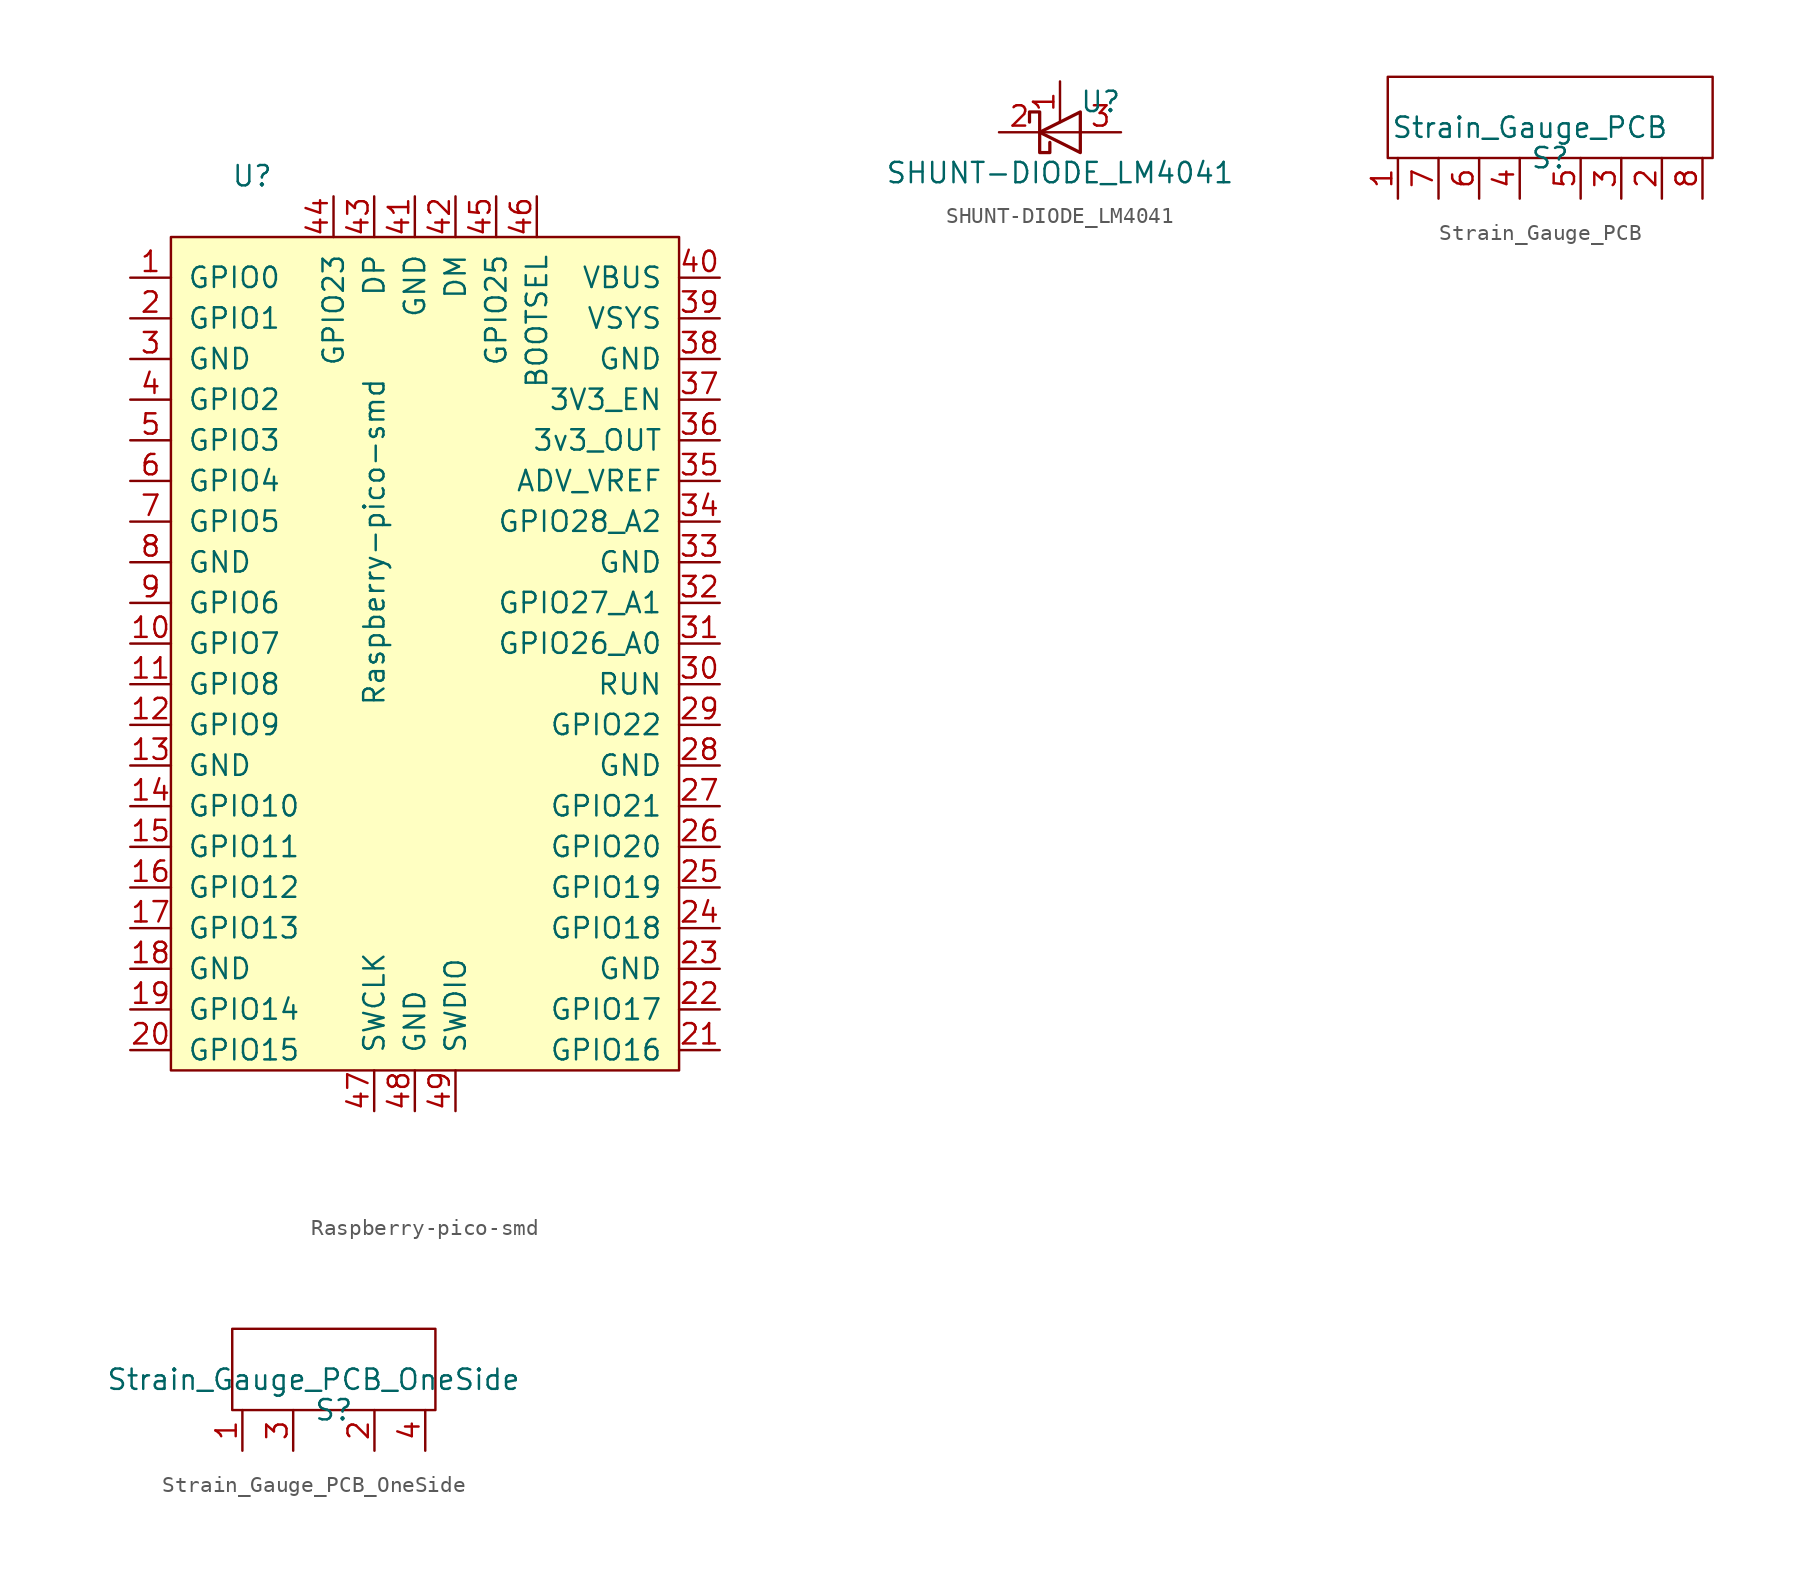
<source format=kicad_sym>
(kicad_symbol_lib
  (version 20231120)
  (generator "kicad_symbol_editor")
  (generator_version "8.0")
  (symbol "Raspberry-pico-smd"
    (pin_names
      (offset 1.016))
    (property "Reference" "U"
      (at -10.16 3.81 0)
      (effects (font (size 1.27 1.27))))
    (property "Value" "Raspberry-pico-smd"
      (at -2.54 -19.05 90)
      (effects (font (size 1.27 1.27))))
    (symbol "Raspberry-pico-smd_0_1"
      (rectangle (start -15.24 0) (end 16.51 -52.07) (stroke (width 0) (type default)) (fill (type background))))
    (symbol "Raspberry-pico-smd_1_1"
      (pin passive line (at -17.78 -2.54 0) (length 2.54) (name "GPIO0" (effects (font (size 1.27 1.27)))) (number "1" (effects (font (size 1.27 1.27)))))
      (pin passive line (at -17.78 -25.4 0) (length 2.54) (name "GPIO7" (effects (font (size 1.27 1.27)))) (number "10" (effects (font (size 1.27 1.27)))))
      (pin passive line (at -17.78 -27.94 0) (length 2.54) (name "GPIO8" (effects (font (size 1.27 1.27)))) (number "11" (effects (font (size 1.27 1.27)))))
      (pin passive line (at -17.78 -30.48 0) (length 2.54) (name "GPIO9" (effects (font (size 1.27 1.27)))) (number "12" (effects (font (size 1.27 1.27)))))
      (pin passive line (at -17.78 -33.02 0) (length 2.54) (name "GND" (effects (font (size 1.27 1.27)))) (number "13" (effects (font (size 1.27 1.27)))))
      (pin passive line (at -17.78 -35.56 0) (length 2.54) (name "GPIO10" (effects (font (size 1.27 1.27)))) (number "14" (effects (font (size 1.27 1.27)))))
      (pin passive line (at -17.78 -38.1 0) (length 2.54) (name "GPIO11" (effects (font (size 1.27 1.27)))) (number "15" (effects (font (size 1.27 1.27)))))
      (pin passive line (at -17.78 -40.64 0) (length 2.54) (name "GPIO12" (effects (font (size 1.27 1.27)))) (number "16" (effects (font (size 1.27 1.27)))))
      (pin passive line (at -17.78 -43.18 0) (length 2.54) (name "GPIO13" (effects (font (size 1.27 1.27)))) (number "17" (effects (font (size 1.27 1.27)))))
      (pin passive line (at -17.78 -45.72 0) (length 2.54) (name "GND" (effects (font (size 1.27 1.27)))) (number "18" (effects (font (size 1.27 1.27)))))
      (pin passive line (at -17.78 -48.26 0) (length 2.54) (name "GPIO14" (effects (font (size 1.27 1.27)))) (number "19" (effects (font (size 1.27 1.27)))))
      (pin passive line (at -17.78 -5.08 0) (length 2.54) (name "GPIO1" (effects (font (size 1.27 1.27)))) (number "2" (effects (font (size 1.27 1.27)))))
      (pin passive line (at -17.78 -50.8 0) (length 2.54) (name "GPIO15" (effects (font (size 1.27 1.27)))) (number "20" (effects (font (size 1.27 1.27)))))
      (pin passive line (at 19.05 -50.8 180) (length 2.54) (name "GPIO16" (effects (font (size 1.27 1.27)))) (number "21" (effects (font (size 1.27 1.27)))))
      (pin passive line (at 19.05 -48.26 180) (length 2.54) (name "GPIO17" (effects (font (size 1.27 1.27)))) (number "22" (effects (font (size 1.27 1.27)))))
      (pin passive line (at 19.05 -45.72 180) (length 2.54) (name "GND" (effects (font (size 1.27 1.27)))) (number "23" (effects (font (size 1.27 1.27)))))
      (pin passive line (at 19.05 -43.18 180) (length 2.54) (name "GPIO18" (effects (font (size 1.27 1.27)))) (number "24" (effects (font (size 1.27 1.27)))))
      (pin passive line (at 19.05 -40.64 180) (length 2.54) (name "GPIO19" (effects (font (size 1.27 1.27)))) (number "25" (effects (font (size 1.27 1.27)))))
      (pin passive line (at 19.05 -38.1 180) (length 2.54) (name "GPIO20" (effects (font (size 1.27 1.27)))) (number "26" (effects (font (size 1.27 1.27)))))
      (pin passive line (at 19.05 -35.56 180) (length 2.54) (name "GPIO21" (effects (font (size 1.27 1.27)))) (number "27" (effects (font (size 1.27 1.27)))))
      (pin passive line (at 19.05 -33.02 180) (length 2.54) (name "GND" (effects (font (size 1.27 1.27)))) (number "28" (effects (font (size 1.27 1.27)))))
      (pin passive line (at 19.05 -30.48 180) (length 2.54) (name "GPIO22" (effects (font (size 1.27 1.27)))) (number "29" (effects (font (size 1.27 1.27)))))
      (pin passive line (at -17.78 -7.62 0) (length 2.54) (name "GND" (effects (font (size 1.27 1.27)))) (number "3" (effects (font (size 1.27 1.27)))))
      (pin passive line (at 19.05 -27.94 180) (length 2.54) (name "RUN" (effects (font (size 1.27 1.27)))) (number "30" (effects (font (size 1.27 1.27)))))
      (pin passive line (at 19.05 -25.4 180) (length 2.54) (name "GPIO26_A0" (effects (font (size 1.27 1.27)))) (number "31" (effects (font (size 1.27 1.27)))))
      (pin passive line (at 19.05 -22.86 180) (length 2.54) (name "GPIO27_A1" (effects (font (size 1.27 1.27)))) (number "32" (effects (font (size 1.27 1.27)))))
      (pin passive line (at 19.05 -20.32 180) (length 2.54) (name "GND" (effects (font (size 1.27 1.27)))) (number "33" (effects (font (size 1.27 1.27)))))
      (pin passive line (at 19.05 -17.78 180) (length 2.54) (name "GPIO28_A2" (effects (font (size 1.27 1.27)))) (number "34" (effects (font (size 1.27 1.27)))))
      (pin passive line (at 19.05 -15.24 180) (length 2.54) (name "ADV_VREF" (effects (font (size 1.27 1.27)))) (number "35" (effects (font (size 1.27 1.27)))))
      (pin passive line (at 19.05 -12.7 180) (length 2.54) (name "3v3_OUT" (effects (font (size 1.27 1.27)))) (number "36" (effects (font (size 1.27 1.27)))))
      (pin passive line (at 19.05 -10.16 180) (length 2.54) (name "3V3_EN" (effects (font (size 1.27 1.27)))) (number "37" (effects (font (size 1.27 1.27)))))
      (pin passive line (at 19.05 -7.62 180) (length 2.54) (name "GND" (effects (font (size 1.27 1.27)))) (number "38" (effects (font (size 1.27 1.27)))))
      (pin passive line (at 19.05 -5.08 180) (length 2.54) (name "VSYS" (effects (font (size 1.27 1.27)))) (number "39" (effects (font (size 1.27 1.27)))))
      (pin passive line (at -17.78 -10.16 0) (length 2.54) (name "GPIO2" (effects (font (size 1.27 1.27)))) (number "4" (effects (font (size 1.27 1.27)))))
      (pin passive line (at 19.05 -2.54 180) (length 2.54) (name "VBUS" (effects (font (size 1.27 1.27)))) (number "40" (effects (font (size 1.27 1.27)))))
      (pin passive line (at 0 2.54 270) (length 2.54) (name "GND" (effects (font (size 1.27 1.27)))) (number "41" (effects (font (size 1.27 1.27)))))
      (pin passive line (at 2.54 2.54 270) (length 2.54) (name "DM" (effects (font (size 1.27 1.27)))) (number "42" (effects (font (size 1.27 1.27)))))
      (pin passive line (at -2.54 2.54 270) (length 2.54) (name "DP" (effects (font (size 1.27 1.27)))) (number "43" (effects (font (size 1.27 1.27)))))
      (pin passive line (at -5.08 2.54 270) (length 2.54) (name "GPIO23" (effects (font (size 1.27 1.27)))) (number "44" (effects (font (size 1.27 1.27)))))
      (pin passive line (at 5.08 2.54 270) (length 2.54) (name "GPIO25" (effects (font (size 1.27 1.27)))) (number "45" (effects (font (size 1.27 1.27)))))
      (pin passive line (at 7.62 2.54 270) (length 2.54) (name "BOOTSEL" (effects (font (size 1.27 1.27)))) (number "46" (effects (font (size 1.27 1.27)))))
      (pin passive line (at -2.54 -54.61 90) (length 2.54) (name "SWCLK" (effects (font (size 1.27 1.27)))) (number "47" (effects (font (size 1.27 1.27)))))
      (pin passive line (at 0 -54.61 90) (length 2.54) (name "GND" (effects (font (size 1.27 1.27)))) (number "48" (effects (font (size 1.27 1.27)))))
      (pin passive line (at 2.54 -54.61 90) (length 2.54) (name "SWDIO" (effects (font (size 1.27 1.27)))) (number "49" (effects (font (size 1.27 1.27)))))
      (pin passive line (at -17.78 -12.7 0) (length 2.54) (name "GPIO3" (effects (font (size 1.27 1.27)))) (number "5" (effects (font (size 1.27 1.27)))))
      (pin passive line (at -17.78 -15.24 0) (length 2.54) (name "GPIO4" (effects (font (size 1.27 1.27)))) (number "6" (effects (font (size 1.27 1.27)))))
      (pin passive line (at -17.78 -17.78 0) (length 2.54) (name "GPIO5" (effects (font (size 1.27 1.27)))) (number "7" (effects (font (size 1.27 1.27)))))
      (pin passive line (at -17.78 -20.32 0) (length 2.54) (name "GND" (effects (font (size 1.27 1.27)))) (number "8" (effects (font (size 1.27 1.27)))))
      (pin passive line (at -17.78 -22.86 0) (length 2.54) (name "GPIO6" (effects (font (size 1.27 1.27)))) (number "9" (effects (font (size 1.27 1.27)))))))
  (symbol "SHUNT-DIODE_LM4041"
    (pin_names hide)
    (property "Reference" "U"
      (at 2.54 1.905 0)
      (effects (font (size 1.27 1.27))))
    (property "Value" "SHUNT-DIODE_LM4041"
      (at 0 -2.54 0)
      (effects (font (size 1.27 1.27))))
    (symbol "SHUNT-DIODE_LM4041_0_1"
      (polyline (pts (xy 1.27 0) (xy -1.27 0)) (stroke (width 0) (type default)) (fill (type none)))
      (polyline (pts (xy 1.27 1.27) (xy 1.27 -1.27) (xy -1.27 0) (xy 1.27 1.27)) (stroke (width 0.203) (type default)) (fill (type none)))
      (polyline (pts (xy -1.905 0.635) (xy -1.905 1.27) (xy -1.27 1.27) (xy -1.27 -1.27) (xy -0.635 -1.27) (xy -0.635 -0.635)) (stroke (width 0.203) (type default)) (fill (type none))))
    (symbol "SHUNT-DIODE_LM4041_1_1"
      (pin passive line (at 0 3.175 270) (length 2.54) (name "1" (effects (font (size 1.27 1.27)))) (number "1" (effects (font (size 1.27 1.27)))))
      (pin passive line (at -3.81 0 0) (length 2.54) (name "2" (effects (font (size 1.27 1.27)))) (number "2" (effects (font (size 1.27 1.27)))))
      (pin passive line (at 3.81 0 180) (length 2.54) (name "3" (effects (font (size 1.27 1.27)))) (number "3" (effects (font (size 1.27 1.27)))))))
  (symbol "Strain_Gauge_PCB"
    (pin_names
      (offset 1.016))
    (property "Reference" "S"
      (at 0 0 0)
      (effects (font (size 1.27 1.27))))
    (property "Value" "Strain_Gauge_PCB"
      (at -1.27 1.905 0)
      (effects (font (size 1.27 1.27))))
    (symbol "Strain_Gauge_PCB_0_1"
      (rectangle (start -10.16 0) (end 10.16 5.08) (stroke (width 0) (type default)) (fill (type none))))
    (symbol "Strain_Gauge_PCB_1_1"
      (pin passive line (at -9.525 -2.54 90) (length 2.54) (name "~" (effects (font (size 1.27 1.27)))) (number "1" (effects (font (size 1.27 1.27)))))
      (pin passive line (at 6.985 -2.54 90) (length 2.54) (name "~" (effects (font (size 1.27 1.27)))) (number "2" (effects (font (size 1.27 1.27)))))
      (pin passive line (at 4.445 -2.54 90) (length 2.54) (name "~" (effects (font (size 1.27 1.27)))) (number "3" (effects (font (size 1.27 1.27)))))
      (pin passive line (at -1.905 -2.54 90) (length 2.54) (name "~" (effects (font (size 1.27 1.27)))) (number "4" (effects (font (size 1.27 1.27)))))
      (pin passive line (at 1.905 -2.54 90) (length 2.54) (name "~" (effects (font (size 1.27 1.27)))) (number "5" (effects (font (size 1.27 1.27)))))
      (pin passive line (at -4.445 -2.54 90) (length 2.54) (name "~" (effects (font (size 1.27 1.27)))) (number "6" (effects (font (size 1.27 1.27)))))
      (pin passive line (at -6.985 -2.54 90) (length 2.54) (name "~" (effects (font (size 1.27 1.27)))) (number "7" (effects (font (size 1.27 1.27)))))
      (pin passive line (at 9.525 -2.54 90) (length 2.54) (name "~" (effects (font (size 1.27 1.27)))) (number "8" (effects (font (size 1.27 1.27)))))))
  (symbol "Strain_Gauge_PCB_OneSide"
    (pin_names
      (offset 1.016))
    (property "Reference" "S"
      (at 0 0 0)
      (effects (font (size 1.27 1.27))))
    (property "Value" "Strain_Gauge_PCB_OneSide"
      (at -1.27 1.905 0)
      (effects (font (size 1.27 1.27))))
    (symbol "Strain_Gauge_PCB_OneSide_0_1"
      (rectangle (start -6.35 0) (end 6.35 5.08) (stroke (width 0) (type default)) (fill (type none))))
    (symbol "Strain_Gauge_PCB_OneSide_1_1"
      (pin passive line (at -5.715 -2.54 90) (length 2.54) (name "~" (effects (font (size 1.27 1.27)))) (number "1" (effects (font (size 1.27 1.27)))))
      (pin passive line (at 2.54 -2.54 90) (length 2.54) (name "~" (effects (font (size 1.27 1.27)))) (number "2" (effects (font (size 1.27 1.27)))))
      (pin passive line (at -2.54 -2.54 90) (length 2.54) (name "~" (effects (font (size 1.27 1.27)))) (number "3" (effects (font (size 1.27 1.27)))))
      (pin passive line (at 5.715 -2.54 90) (length 2.54) (name "~" (effects (font (size 1.27 1.27)))) (number "4" (effects (font (size 1.27 1.27))))))))
</source>
